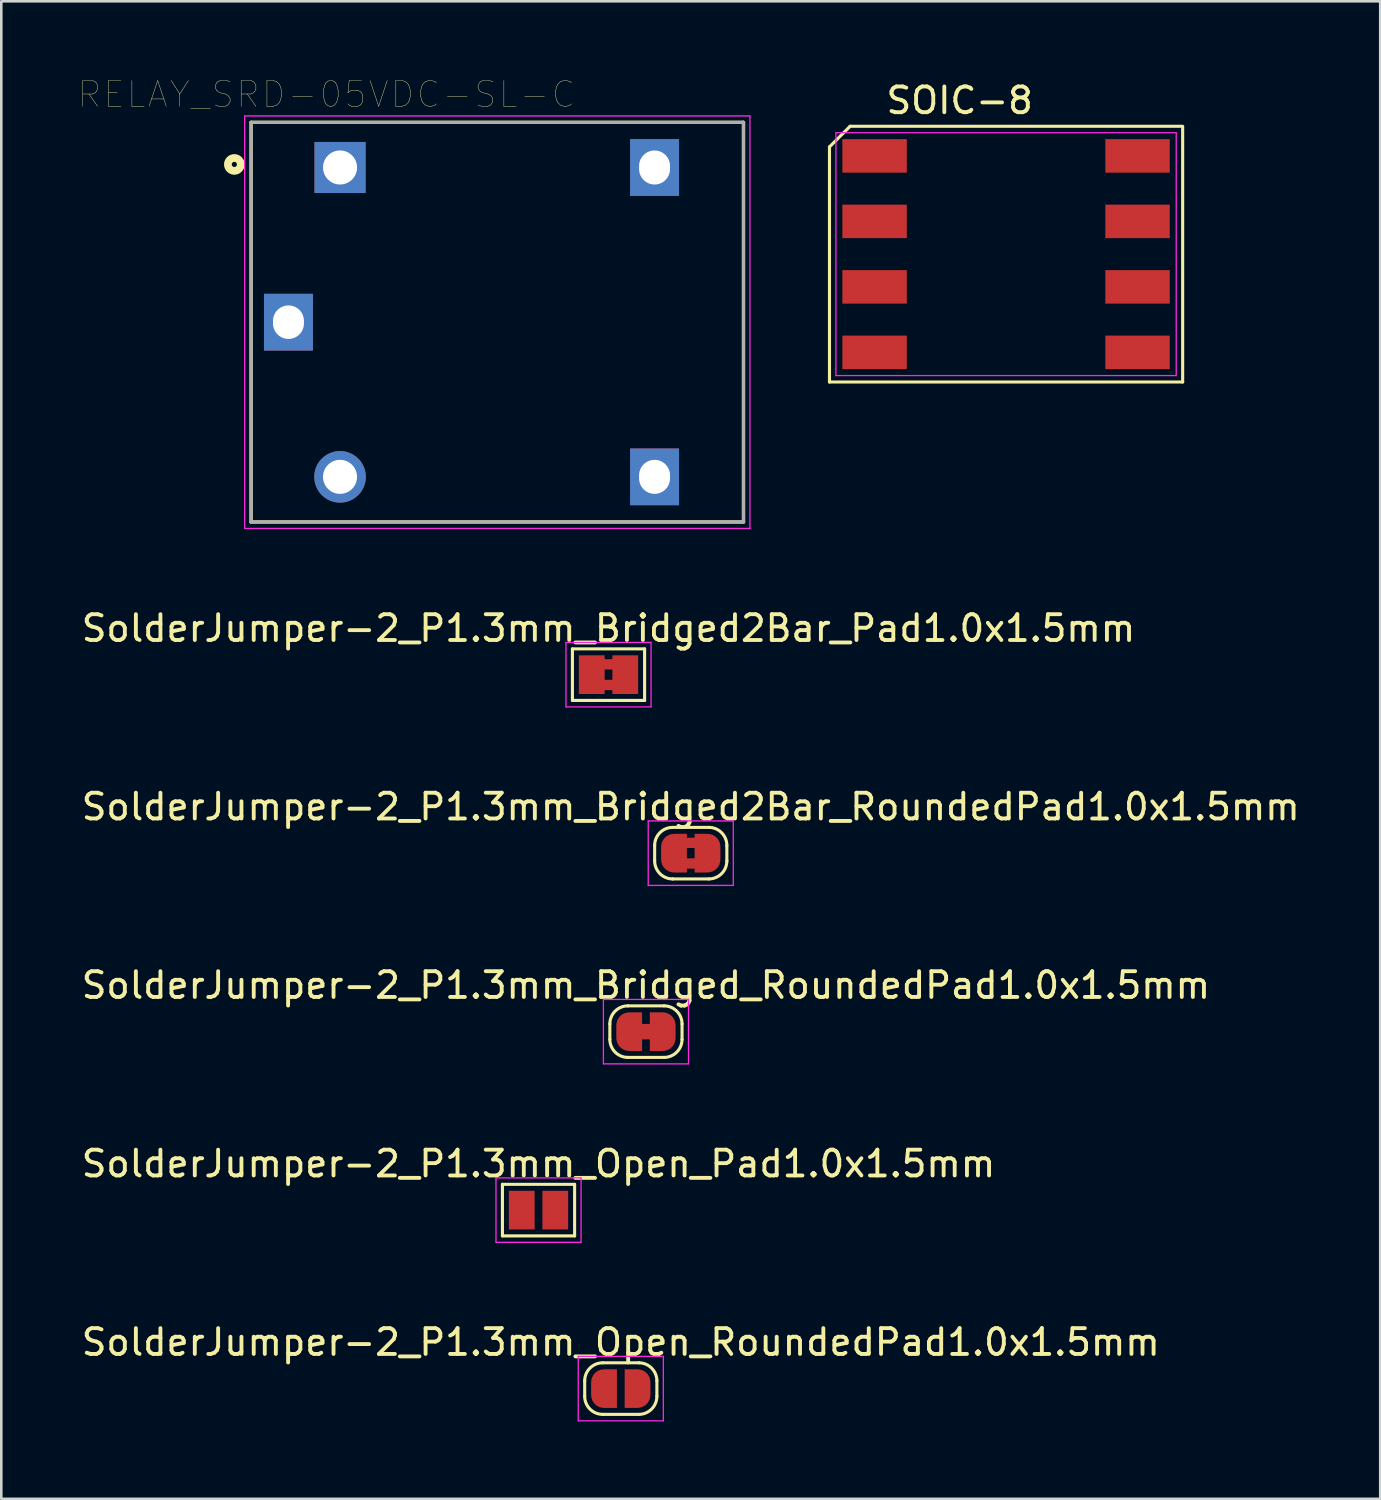
<source format=kicad_pcb>
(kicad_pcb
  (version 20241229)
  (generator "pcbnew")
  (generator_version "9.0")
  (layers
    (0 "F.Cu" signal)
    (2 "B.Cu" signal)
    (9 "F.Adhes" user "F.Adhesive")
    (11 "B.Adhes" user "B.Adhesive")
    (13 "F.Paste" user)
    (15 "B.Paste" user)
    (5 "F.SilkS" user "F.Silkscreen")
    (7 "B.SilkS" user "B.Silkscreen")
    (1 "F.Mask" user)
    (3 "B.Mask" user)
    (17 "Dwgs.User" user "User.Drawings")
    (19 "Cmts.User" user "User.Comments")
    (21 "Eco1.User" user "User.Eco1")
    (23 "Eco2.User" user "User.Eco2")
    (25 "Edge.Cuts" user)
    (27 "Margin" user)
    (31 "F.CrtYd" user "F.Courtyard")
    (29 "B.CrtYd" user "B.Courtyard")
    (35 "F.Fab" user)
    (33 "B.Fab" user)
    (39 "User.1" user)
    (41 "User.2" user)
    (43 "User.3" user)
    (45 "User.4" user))
  (footprint "SolderJumper-2_P1.3mm_Bridged2Bar_Pad1.0x1.5mm"
    (layer "F.Cu")
    (at 20.554 23.12)
    (property "Reference" "SolderJumper-2_P1.3mm_Bridged2Bar_Pad1.0x1.5mm" (at 0 -1.8 0) (layer "F.SilkS") (effects (font (size 1 1) (thickness 0.15))))
    (attr exclude_from_pos_files exclude_from_bom)
    (fp_poly (pts (xy -0.25 -0.6) (xy 0.25 -0.6) (xy 0.25 -0.2) (xy -0.25 -0.2)) (stroke (width 0) (type solid)) (fill yes) (layer "F.Cu"))
    (fp_poly (pts (xy -0.25 0.2) (xy 0.25 0.2) (xy 0.25 0.6) (xy -0.25 0.6)) (stroke (width 0) (type solid)) (fill yes) (layer "F.Cu"))
    (fp_line (start -1.4 -1) (end 1.4 -1) (stroke (width 0.12) (type solid)) (layer "F.SilkS"))
    (fp_line (start -1.4 1) (end -1.4 -1) (stroke (width 0.12) (type solid)) (layer "F.SilkS"))
    (fp_line (start 1.4 -1) (end 1.4 1) (stroke (width 0.12) (type solid)) (layer "F.SilkS"))
    (fp_line (start 1.4 1) (end -1.4 1) (stroke (width 0.12) (type solid)) (layer "F.SilkS"))
    (fp_line (start -1.65 -1.25) (end -1.65 1.25) (stroke (width 0.05) (type solid)) (layer "F.CrtYd"))
    (fp_line (start -1.65 -1.25) (end 1.65 -1.25) (stroke (width 0.05) (type solid)) (layer "F.CrtYd"))
    (fp_line (start 1.65 1.25) (end -1.65 1.25) (stroke (width 0.05) (type solid)) (layer "F.CrtYd"))
    (fp_line (start 1.65 1.25) (end 1.65 -1.25) (stroke (width 0.05) (type solid)) (layer "F.CrtYd"))
    (pad "1" smd rect (at -0.65 0) (size 1 1.5) (layers "F.Cu" "F.Mask"))
    (pad "2" smd rect (at 0.65 0) (size 1 1.5) (layers "F.Cu" "F.Mask")))
  (footprint "SolderJumper-2_P1.3mm_Open_Pad1.0x1.5mm"
    (layer "F.Cu")
    (at 17.839 43.89)
    (property "Reference" "SolderJumper-2_P1.3mm_Open_Pad1.0x1.5mm" (at 0 -1.8 0) (layer "F.SilkS") (effects (font (size 1 1) (thickness 0.15))))
    (attr exclude_from_pos_files exclude_from_bom)
    (fp_line (start -1.4 -1) (end 1.4 -1) (stroke (width 0.12) (type solid)) (layer "F.SilkS"))
    (fp_line (start -1.4 1) (end -1.4 -1) (stroke (width 0.12) (type solid)) (layer "F.SilkS"))
    (fp_line (start 1.4 -1) (end 1.4 1) (stroke (width 0.12) (type solid)) (layer "F.SilkS"))
    (fp_line (start 1.4 1) (end -1.4 1) (stroke (width 0.12) (type solid)) (layer "F.SilkS"))
    (fp_line (start -1.65 -1.25) (end -1.65 1.25) (stroke (width 0.05) (type solid)) (layer "F.CrtYd"))
    (fp_line (start -1.65 -1.25) (end 1.65 -1.25) (stroke (width 0.05) (type solid)) (layer "F.CrtYd"))
    (fp_line (start 1.65 1.25) (end -1.65 1.25) (stroke (width 0.05) (type solid)) (layer "F.CrtYd"))
    (fp_line (start 1.65 1.25) (end 1.65 -1.25) (stroke (width 0.05) (type solid)) (layer "F.CrtYd"))
    (pad "1" smd rect (at -0.65 0) (size 1 1.5) (layers "F.Cu" "F.Mask"))
    (pad "2" smd rect (at 0.65 0) (size 1 1.5) (layers "F.Cu" "F.Mask")))
  (footprint "SolderJumper-2_P1.3mm_Bridged_RoundedPad1.0x1.5mm"
    (layer "F.Cu")
    (at 22.006 36.967)
    (property "Reference" "SolderJumper-2_P1.3mm_Bridged_RoundedPad1.0x1.5mm" (at 0 -1.8 0) (layer "F.SilkS") (effects (font (size 1 1) (thickness 0.15))))
    (attr exclude_from_pos_files exclude_from_bom)
    (fp_poly (pts (xy 0.25 -0.3) (xy -0.25 -0.3) (xy -0.25 0.3) (xy 0.25 0.3)) (stroke (width 0) (type solid)) (fill yes) (layer "F.Cu"))
    (fp_line (start -1.4 0.3) (end -1.4 -0.3) (stroke (width 0.12) (type solid)) (layer "F.SilkS"))
    (fp_line (start -0.7 -1) (end 0.7 -1) (stroke (width 0.12) (type solid)) (layer "F.SilkS"))
    (fp_line (start 0.7 1) (end -0.7 1) (stroke (width 0.12) (type solid)) (layer "F.SilkS"))
    (fp_line (start 1.4 -0.3) (end 1.4 0.3) (stroke (width 0.12) (type solid)) (layer "F.SilkS"))
    (fp_arc (start -1.4 -0.3) (mid -1.194975 -0.794975) (end -0.7 -1) (stroke (width 0.12) (type solid)) (layer "F.SilkS"))
    (fp_arc (start -0.7 1) (mid -1.194975 0.794975) (end -1.4 0.3) (stroke (width 0.12) (type solid)) (layer "F.SilkS"))
    (fp_arc (start 0.7 -1) (mid 1.194975 -0.794975) (end 1.4 -0.3) (stroke (width 0.12) (type solid)) (layer "F.SilkS"))
    (fp_arc (start 1.4 0.3) (mid 1.194975 0.794975) (end 0.7 1) (stroke (width 0.12) (type solid)) (layer "F.SilkS"))
    (fp_line (start -1.65 -1.25) (end -1.65 1.25) (stroke (width 0.05) (type solid)) (layer "F.CrtYd"))
    (fp_line (start -1.65 -1.25) (end 1.65 -1.25) (stroke (width 0.05) (type solid)) (layer "F.CrtYd"))
    (fp_line (start 1.65 1.25) (end -1.65 1.25) (stroke (width 0.05) (type solid)) (layer "F.CrtYd"))
    (fp_line (start 1.65 1.25) (end 1.65 -1.25) (stroke (width 0.05) (type solid)) (layer "F.CrtYd"))
    (pad "1" smd custom (at -0.65 0) (size 1 0.5) (layers "F.Cu" "F.Mask") (options (anchor rect)) (primitives (gr_circle (center 0 0.25) (end 0.5 0.25) (width 0) (fill yes)) (gr_circle (center 0 -0.25) (end 0.5 -0.25) (width 0) (fill yes)) (gr_poly (pts (xy 0 -0.75) (xy 0.5 -0.75) (xy 0.5 0.75) (xy 0 0.75)) (width 0) (fill yes))))
    (pad "2" smd custom (at 0.65 0) (size 1 0.5) (layers "F.Cu" "F.Mask") (options (anchor rect)) (primitives (gr_circle (center 0 0.25) (end 0.5 0.25) (width 0) (fill yes)) (gr_circle (center 0 -0.25) (end 0.5 -0.25) (width 0) (fill yes)) (gr_poly (pts (xy 0 -0.75) (xy -0.5 -0.75) (xy -0.5 0.75) (xy 0 0.75)) (width 0) (fill yes)))))
  (footprint "SolderJumper-2_P1.3mm_Open_RoundedPad1.0x1.5mm"
    (layer "F.Cu")
    (at 21.03 50.813)
    (property "Reference" "SolderJumper-2_P1.3mm_Open_RoundedPad1.0x1.5mm" (at 0 -1.8 0) (layer "F.SilkS") (effects (font (size 1 1) (thickness 0.15))))
    (attr exclude_from_pos_files exclude_from_bom)
    (fp_line (start -1.4 0.3) (end -1.4 -0.3) (stroke (width 0.12) (type solid)) (layer "F.SilkS"))
    (fp_line (start -0.7 -1) (end 0.7 -1) (stroke (width 0.12) (type solid)) (layer "F.SilkS"))
    (fp_line (start 0.7 1) (end -0.7 1) (stroke (width 0.12) (type solid)) (layer "F.SilkS"))
    (fp_line (start 1.4 -0.3) (end 1.4 0.3) (stroke (width 0.12) (type solid)) (layer "F.SilkS"))
    (fp_arc (start -1.4 -0.3) (mid -1.194975 -0.794975) (end -0.7 -1) (stroke (width 0.12) (type solid)) (layer "F.SilkS"))
    (fp_arc (start -0.7 1) (mid -1.194975 0.794975) (end -1.4 0.3) (stroke (width 0.12) (type solid)) (layer "F.SilkS"))
    (fp_arc (start 0.7 -1) (mid 1.194975 -0.794975) (end 1.4 -0.3) (stroke (width 0.12) (type solid)) (layer "F.SilkS"))
    (fp_arc (start 1.4 0.3) (mid 1.194975 0.794975) (end 0.7 1) (stroke (width 0.12) (type solid)) (layer "F.SilkS"))
    (fp_line (start -1.65 -1.25) (end -1.65 1.25) (stroke (width 0.05) (type solid)) (layer "F.CrtYd"))
    (fp_line (start -1.65 -1.25) (end 1.65 -1.25) (stroke (width 0.05) (type solid)) (layer "F.CrtYd"))
    (fp_line (start 1.65 1.25) (end -1.65 1.25) (stroke (width 0.05) (type solid)) (layer "F.CrtYd"))
    (fp_line (start 1.65 1.25) (end 1.65 -1.25) (stroke (width 0.05) (type solid)) (layer "F.CrtYd"))
    (pad "1" smd custom (at -0.65 0) (size 1 0.5) (layers "F.Cu" "F.Mask") (options (anchor rect)) (primitives (gr_circle (center 0 0.25) (end 0.5 0.25) (width 0) (fill yes)) (gr_circle (center 0 -0.25) (end 0.5 -0.25) (width 0) (fill yes)) (gr_poly (pts (xy 0 -0.75) (xy 0.5 -0.75) (xy 0.5 0.75) (xy 0 0.75)) (width 0) (fill yes))))
    (pad "2" smd custom (at 0.65 0) (size 1 0.5) (layers "F.Cu" "F.Mask") (options (anchor rect)) (primitives (gr_circle (center 0 0.25) (end 0.5 0.25) (width 0) (fill yes)) (gr_circle (center 0 -0.25) (end 0.5 -0.25) (width 0) (fill yes)) (gr_poly (pts (xy 0 -0.75) (xy -0.5 -0.75) (xy -0.5 0.75) (xy 0 0.75)) (width 0) (fill yes)))))
  (footprint "RELAY_SRD-05VDC-SL-C"
    (layer "F.Cu")
    (at 16.24 9.447)
    (property "Reference" "RELAY_SRD-05VDC-SL-C" (at -6.626 -8.836 0) (layer "F.SilkS") (effects (font (size 1 1) (thickness 0.015))))
    (attr through_hole)
    (fp_line (start -9.55 -7.75) (end 9.55 -7.75) (stroke (width 0.127) (type solid)) (layer "F.SilkS"))
    (fp_line (start -9.55 7.75) (end -9.55 -7.75) (stroke (width 0.127) (type solid)) (layer "F.SilkS"))
    (fp_line (start 9.55 -7.75) (end 9.55 7.75) (stroke (width 0.127) (type solid)) (layer "F.SilkS"))
    (fp_line (start 9.55 7.75) (end -9.55 7.75) (stroke (width 0.127) (type solid)) (layer "F.SilkS"))
    (fp_circle (center -10.2 -6.119) (end -10.1 -6.119) (stroke (width 0.3) (type solid)) (fill no) (layer "F.SilkS"))
    (fp_line (start -9.8 -8) (end 9.8 -8) (stroke (width 0.05) (type solid)) (layer "F.CrtYd"))
    (fp_line (start -9.8 8) (end -9.8 -8) (stroke (width 0.05) (type solid)) (layer "F.CrtYd"))
    (fp_line (start 9.8 -8) (end 9.8 8) (stroke (width 0.05) (type solid)) (layer "F.CrtYd"))
    (fp_line (start 9.8 8) (end -9.8 8) (stroke (width 0.05) (type solid)) (layer "F.CrtYd"))
    (fp_line (start -9.55 -7.75) (end 9.55 -7.75) (stroke (width 0.127) (type solid)) (layer "F.Fab"))
    (fp_line (start -9.55 7.75) (end -9.55 -7.75) (stroke (width 0.127) (type solid)) (layer "F.Fab"))
    (fp_line (start 9.55 -7.75) (end 9.55 7.75) (stroke (width 0.127) (type solid)) (layer "F.Fab"))
    (fp_line (start 9.55 7.75) (end -9.55 7.75) (stroke (width 0.127) (type solid)) (layer "F.Fab"))
    (pad "A1" thru_hole rect (at -6.1 -6) (size 1.98 1.98) (drill 1.32) (layers "*.Cu" "*.Mask"))
    (pad "A2" thru_hole circle (at -6.1 6) (size 2 2) (drill 1.32) (layers "*.Cu" "*.Mask"))
    (pad "COM" thru_hole rect (at -8.1 0) (size 1.9 2.2) (drill oval 1.2 1.3) (layers "*.Cu" "*.Mask"))
    (pad "NC" thru_hole rect (at 6.1 -6) (size 1.9 2.2) (drill oval 1.2 1.32) (layers "*.Cu" "*.Mask"))
    (pad "NO" thru_hole rect (at 6.1 6) (size 1.9 2.2) (drill oval 1.2 1.32) (layers "*.Cu" "*.Mask")))
  (footprint "SOIC-8"
    (layer "F.Cu")
    (at 35.375 7.008)
    (property "Reference" "SOIC-8" (at -1.2 -6.16 0) (layer "F.SilkS") (effects (font (size 1 1) (thickness 0.15))))
    (attr smd)
    (fp_line (start -6.25 -4.36) (end -5.45 -5.16) (stroke (width 0.12) (type solid)) (layer "F.SilkS"))
    (fp_line (start -6.25 4.76) (end -6.25 -4.36) (stroke (width 0.12) (type solid)) (layer "F.SilkS"))
    (fp_line (start -5.45 -5.16) (end 7.4 -5.16) (stroke (width 0.12) (type solid)) (layer "F.SilkS"))
    (fp_line (start 7.45 -5.16) (end 7.45 4.76) (stroke (width 0.12) (type solid)) (layer "F.SilkS"))
    (fp_line (start 7.45 4.76) (end -6.25 4.76) (stroke (width 0.12) (type solid)) (layer "F.SilkS"))
    (fp_line (start -6 -4.91) (end 7.2 -4.91) (stroke (width 0.05) (type solid)) (layer "F.CrtYd"))
    (fp_line (start -6 4.51) (end -6 -4.91) (stroke (width 0.05) (type solid)) (layer "F.CrtYd"))
    (fp_line (start 7.2 -4.91) (end 7.2 4.51) (stroke (width 0.05) (type solid)) (layer "F.CrtYd"))
    (fp_line (start 7.2 4.51) (end -6 4.51) (stroke (width 0.05) (type solid)) (layer "F.CrtYd"))
    (pad "1" smd rect (at -4.5 -4.01 270) (size 1.3 2.5) (layers "F.Cu" "F.Mask" "F.Paste"))
    (pad "2" smd rect (at -4.5 -1.47 270) (size 1.3 2.5) (layers "F.Cu" "F.Mask" "F.Paste"))
    (pad "3" smd rect (at -4.5 1.07 270) (size 1.3 2.5) (layers "F.Cu" "F.Mask" "F.Paste"))
    (pad "4" smd rect (at -4.5 3.61 270) (size 1.3 2.5) (layers "F.Cu" "F.Mask" "F.Paste"))
    (pad "5" smd rect (at 5.7 3.61 270) (size 1.3 2.5) (layers "F.Cu" "F.Mask" "F.Paste"))
    (pad "6" smd rect (at 5.7 1.07 270) (size 1.3 2.5) (layers "F.Cu" "F.Mask" "F.Paste"))
    (pad "7" smd rect (at 5.7 -1.47 270) (size 1.3 2.5) (layers "F.Cu" "F.Mask" "F.Paste"))
    (pad "8" smd rect (at 5.7 -4.01 270) (size 1.3 2.5) (layers "F.Cu" "F.Mask" "F.Paste")))
  (footprint "SolderJumper-2_P1.3mm_Bridged2Bar_RoundedPad1.0x1.5mm"
    (layer "F.Cu")
    (at 23.744 30.044)
    (property "Reference" "SolderJumper-2_P1.3mm_Bridged2Bar_RoundedPad1.0x1.5mm" (at 0 -1.8 0) (layer "F.SilkS") (effects (font (size 1 1) (thickness 0.15))))
    (attr exclude_from_pos_files exclude_from_bom)
    (fp_poly (pts (xy -0.25 -0.6) (xy 0.25 -0.6) (xy 0.25 -0.2) (xy -0.25 -0.2)) (stroke (width 0) (type solid)) (fill yes) (layer "F.Cu"))
    (fp_poly (pts (xy -0.25 0.2) (xy 0.25 0.2) (xy 0.25 0.6) (xy -0.25 0.6)) (stroke (width 0) (type solid)) (fill yes) (layer "F.Cu"))
    (fp_line (start -1.4 0.3) (end -1.4 -0.3) (stroke (width 0.12) (type solid)) (layer "F.SilkS"))
    (fp_line (start -0.7 -1) (end 0.7 -1) (stroke (width 0.12) (type solid)) (layer "F.SilkS"))
    (fp_line (start 0.7 1) (end -0.7 1) (stroke (width 0.12) (type solid)) (layer "F.SilkS"))
    (fp_line (start 1.4 -0.3) (end 1.4 0.3) (stroke (width 0.12) (type solid)) (layer "F.SilkS"))
    (fp_arc (start -1.4 -0.3) (mid -1.194975 -0.794975) (end -0.7 -1) (stroke (width 0.12) (type solid)) (layer "F.SilkS"))
    (fp_arc (start -0.7 1) (mid -1.194975 0.794975) (end -1.4 0.3) (stroke (width 0.12) (type solid)) (layer "F.SilkS"))
    (fp_arc (start 0.7 -1) (mid 1.194975 -0.794975) (end 1.4 -0.3) (stroke (width 0.12) (type solid)) (layer "F.SilkS"))
    (fp_arc (start 1.4 0.3) (mid 1.194975 0.794975) (end 0.7 1) (stroke (width 0.12) (type solid)) (layer "F.SilkS"))
    (fp_line (start -1.65 -1.25) (end -1.65 1.25) (stroke (width 0.05) (type solid)) (layer "F.CrtYd"))
    (fp_line (start -1.65 -1.25) (end 1.65 -1.25) (stroke (width 0.05) (type solid)) (layer "F.CrtYd"))
    (fp_line (start 1.65 1.25) (end -1.65 1.25) (stroke (width 0.05) (type solid)) (layer "F.CrtYd"))
    (fp_line (start 1.65 1.25) (end 1.65 -1.25) (stroke (width 0.05) (type solid)) (layer "F.CrtYd"))
    (pad "1" smd custom (at -0.65 0) (size 1 0.5) (layers "F.Cu" "F.Mask") (options (anchor rect)) (primitives (gr_circle (center 0 0.25) (end 0.5 0.25) (width 0) (fill yes)) (gr_circle (center 0 -0.25) (end 0.5 -0.25) (width 0) (fill yes)) (gr_poly (pts (xy 0.5 0.75) (xy 0.5 -0.75) (xy 0 -0.75) (xy 0 0.75)) (width 0) (fill yes))))
    (pad "2" smd custom (at 0.65 0) (size 1 0.5) (layers "F.Cu" "F.Mask") (options (anchor rect)) (primitives (gr_circle (center 0 0.25) (end 0.5 0.25) (width 0) (fill yes)) (gr_circle (center 0 -0.25) (end 0.5 -0.25) (width 0) (fill yes)) (gr_poly (pts (xy -0.5 0.75) (xy -0.5 -0.75) (xy 0 -0.75) (xy 0 0.75)) (width 0) (fill yes)))))
  (gr_rect
    (start -3 -3)
    (end 50.488 55.088)
    (stroke (width 0.1) (type default))
    (fill no)
    (layer "Edge.Cuts")))
</source>
